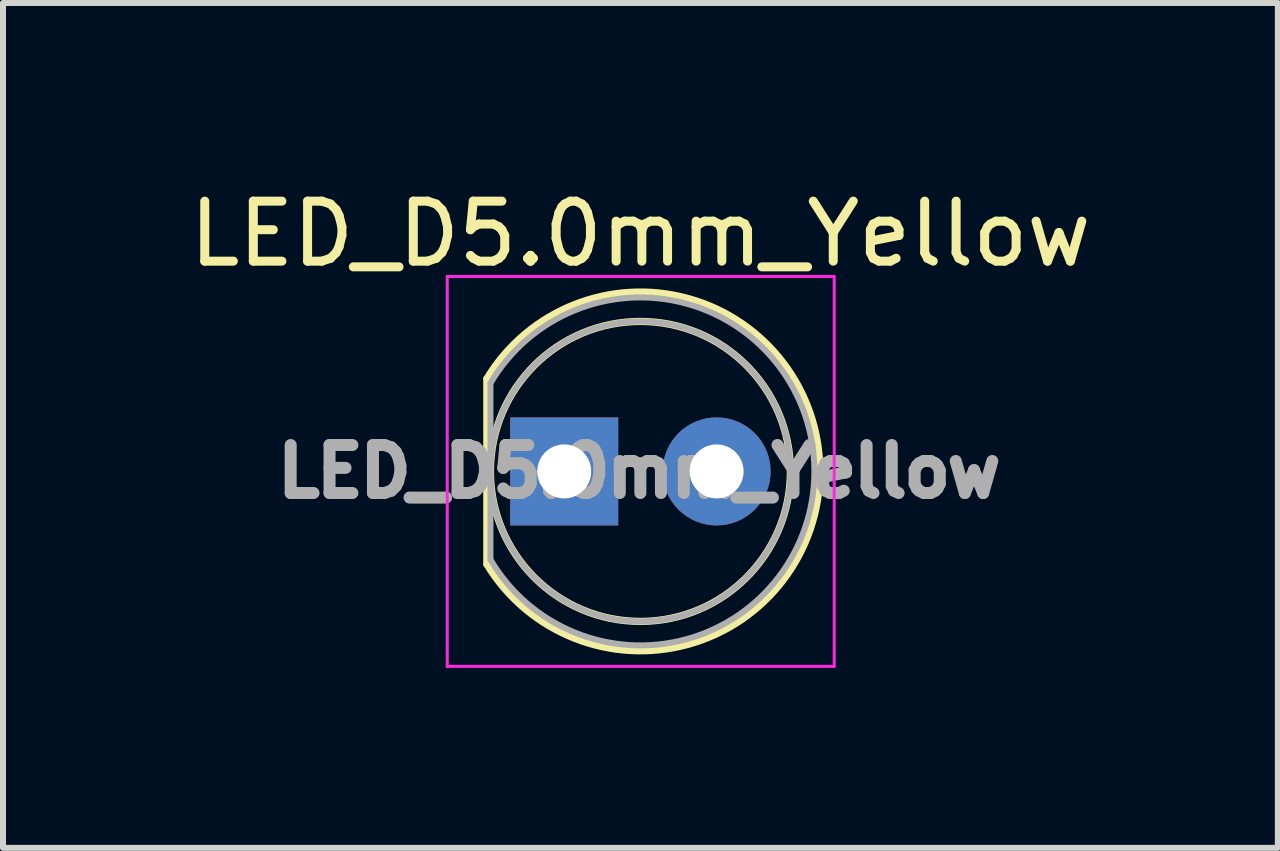
<source format=kicad_pcb>
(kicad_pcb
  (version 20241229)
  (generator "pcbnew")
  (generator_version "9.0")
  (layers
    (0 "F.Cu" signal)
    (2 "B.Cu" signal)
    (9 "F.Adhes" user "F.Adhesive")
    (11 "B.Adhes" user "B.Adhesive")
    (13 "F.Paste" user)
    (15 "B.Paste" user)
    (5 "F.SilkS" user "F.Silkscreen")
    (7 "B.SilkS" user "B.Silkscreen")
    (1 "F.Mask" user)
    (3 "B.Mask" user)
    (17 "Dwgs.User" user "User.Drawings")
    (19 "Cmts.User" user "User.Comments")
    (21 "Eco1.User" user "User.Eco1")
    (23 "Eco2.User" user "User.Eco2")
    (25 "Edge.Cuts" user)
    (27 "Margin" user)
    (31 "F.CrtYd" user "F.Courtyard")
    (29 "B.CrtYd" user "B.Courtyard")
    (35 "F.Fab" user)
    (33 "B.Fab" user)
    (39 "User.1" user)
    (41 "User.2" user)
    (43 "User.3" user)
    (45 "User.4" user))
  (footprint "LED_D5.0mm_Yellow"
    (layer "F.Cu")
    (at 7.625 4.808)
    (property "Reference" "LED_D5.0mm_Yellow" (at 0 -3.96 0) (layer "F.SilkS") (effects (font (size 1 1) (thickness 0.15))))
    (attr through_hole)
    (fp_line (start -2.56 -1.545) (end -2.56 1.545) (stroke (width 0.12) (type solid)) (layer "F.SilkS"))
    (fp_arc (start -2.56 -1.54483) (mid 0.802002 -2.880433) (end 2.99 0.000462) (stroke (width 0.12) (type solid)) (layer "F.SilkS"))
    (fp_arc (start 2.99 -0.000462) (mid 0.802002 2.880433) (end -2.56 1.54483) (stroke (width 0.12) (type solid)) (layer "F.SilkS"))
    (fp_circle (center 0 0) (end 2.5 0) (stroke (width 0.12) (type solid)) (fill no) (layer "F.SilkS"))
    (fp_line (start -3.22 -3.25) (end -3.22 3.25) (stroke (width 0.05) (type solid)) (layer "F.CrtYd"))
    (fp_line (start -3.22 3.25) (end 3.23 3.25) (stroke (width 0.05) (type solid)) (layer "F.CrtYd"))
    (fp_line (start 3.23 -3.25) (end -3.22 -3.25) (stroke (width 0.05) (type solid)) (layer "F.CrtYd"))
    (fp_line (start 3.23 3.25) (end 3.23 -3.25) (stroke (width 0.05) (type solid)) (layer "F.CrtYd"))
    (fp_line (start -2.5 -1.47) (end -2.5 1.47) (stroke (width 0.1) (type solid)) (layer "F.Fab"))
    (fp_arc (start -2.5 -1.469694) (mid 2.9 0.000016) (end -2.500016 1.469666) (stroke (width 0.1) (type solid)) (layer "F.Fab"))
    (fp_circle (center 0 0) (end 2.5 0) (stroke (width 0.1) (type solid)) (fill no) (layer "F.Fab"))
    (fp_text user "${REFERENCE}" (at -0.02 0 0) (layer "F.Fab") (effects (font (size 0.8 0.8) (thickness 0.2))))
    (pad "1" thru_hole rect (at -1.27 0) (size 1.8 1.8) (drill 0.9) (layers "*.Cu" "*.Mask"))
    (pad "2" thru_hole circle (at 1.27 0) (size 1.8 1.8) (drill 0.9) (layers "*.Cu" "*.Mask")))
  (gr_rect
    (start -3 -3)
    (end 18.25 11.083)
    (stroke (width 0.1) (type default))
    (fill no)
    (layer "Edge.Cuts")))
</source>
